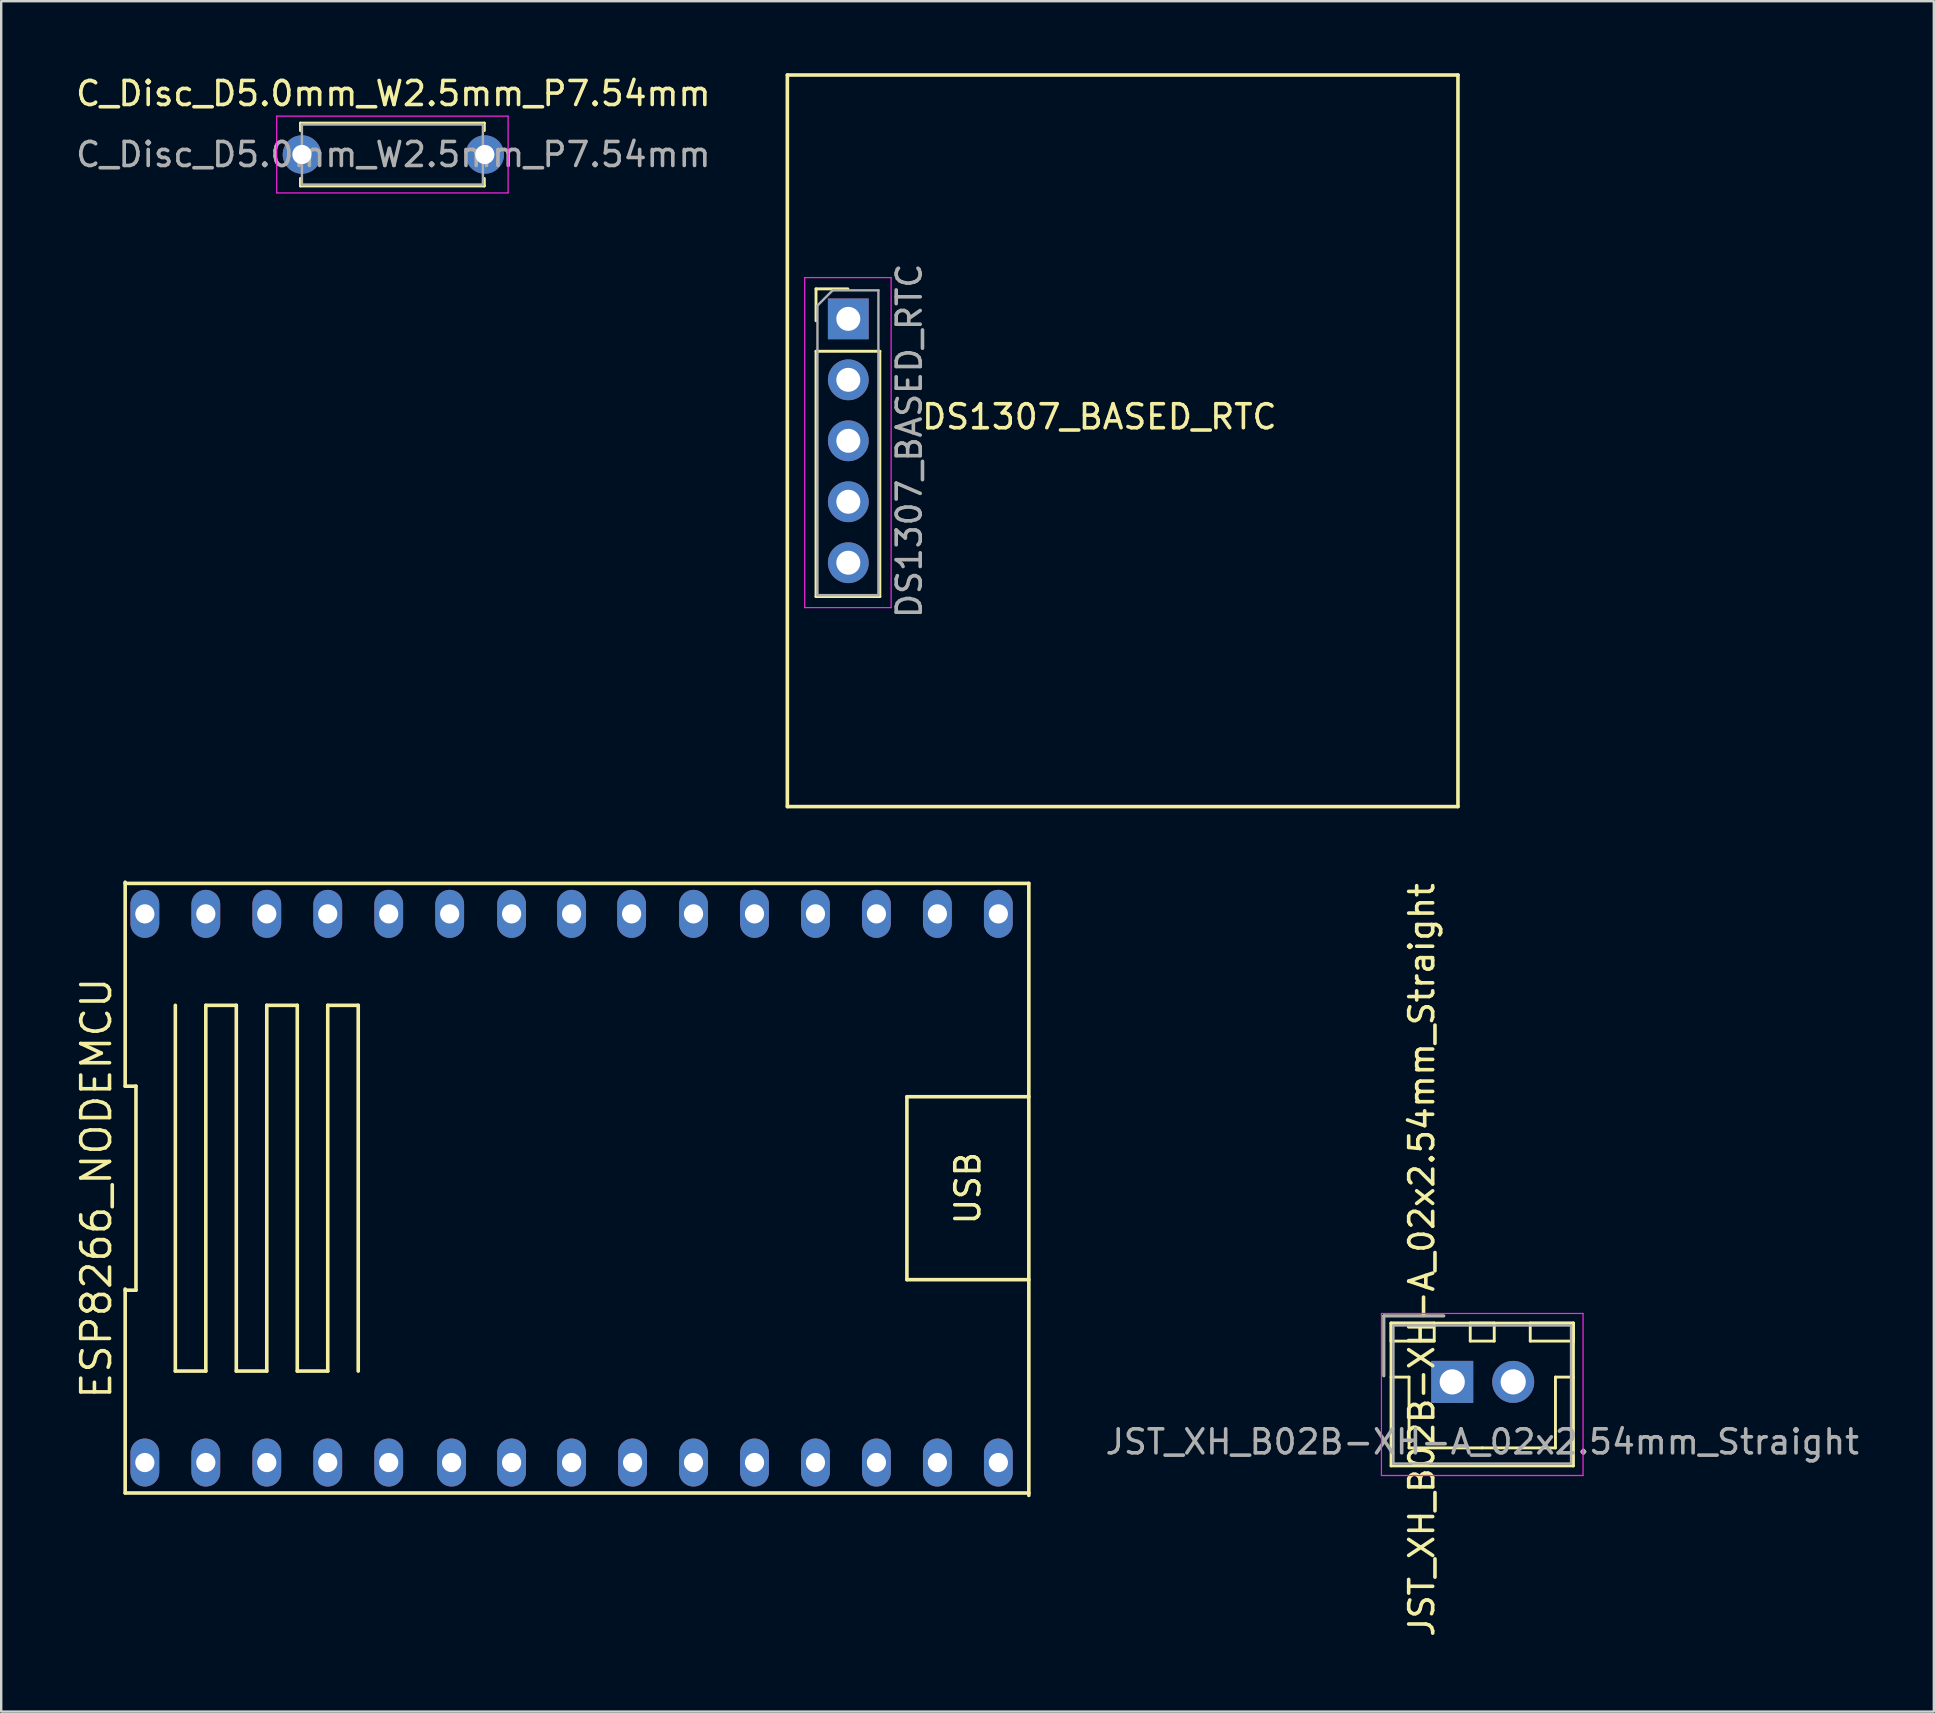
<source format=kicad_pcb>
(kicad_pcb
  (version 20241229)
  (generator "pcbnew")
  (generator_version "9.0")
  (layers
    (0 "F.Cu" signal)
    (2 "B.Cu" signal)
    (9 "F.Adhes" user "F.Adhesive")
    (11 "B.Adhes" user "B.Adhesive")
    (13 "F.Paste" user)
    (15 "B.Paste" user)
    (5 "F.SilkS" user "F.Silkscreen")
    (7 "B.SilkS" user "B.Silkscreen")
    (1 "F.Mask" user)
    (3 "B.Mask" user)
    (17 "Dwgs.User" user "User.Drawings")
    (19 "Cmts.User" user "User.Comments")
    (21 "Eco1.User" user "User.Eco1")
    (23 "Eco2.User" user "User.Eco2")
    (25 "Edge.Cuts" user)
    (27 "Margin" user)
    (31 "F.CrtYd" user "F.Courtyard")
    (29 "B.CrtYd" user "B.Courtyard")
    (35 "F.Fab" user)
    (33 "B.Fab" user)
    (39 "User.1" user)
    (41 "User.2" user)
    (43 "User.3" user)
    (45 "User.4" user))
  (footprint "DS1307_BASED_RTC"
    (layer "F.Cu")
    (at 32.294 10.235)
    (property "Reference" "DS1307_BASED_RTC" (at 10.46 4.08 0) (layer "F.SilkS") (effects (font (size 1 1) (thickness 0.15))))
    (attr through_hole)
    (fp_line (start -2.54 -10.16) (end -2.54 20.32) (stroke (width 0.15) (type solid)) (layer "F.SilkS"))
    (fp_line (start -2.54 20.32) (end 25.4 20.32) (stroke (width 0.15) (type solid)) (layer "F.SilkS"))
    (fp_line (start -1.346 -1.25) (end -0.016 -1.25) (stroke (width 0.12) (type solid)) (layer "F.SilkS"))
    (fp_line (start -1.346 0.08) (end -1.346 -1.25) (stroke (width 0.12) (type solid)) (layer "F.SilkS"))
    (fp_line (start -1.346 1.35) (end -1.346 11.57) (stroke (width 0.12) (type solid)) (layer "F.SilkS"))
    (fp_line (start -1.346 1.35) (end 1.314 1.35) (stroke (width 0.12) (type solid)) (layer "F.SilkS"))
    (fp_line (start -1.346 11.57) (end 1.314 11.57) (stroke (width 0.12) (type solid)) (layer "F.SilkS"))
    (fp_line (start 1.314 1.35) (end 1.314 11.57) (stroke (width 0.12) (type solid)) (layer "F.SilkS"))
    (fp_line (start 25.4 -10.16) (end -2.54 -10.16) (stroke (width 0.15) (type solid)) (layer "F.SilkS"))
    (fp_line (start 25.4 20.32) (end 25.4 -10.16) (stroke (width 0.15) (type solid)) (layer "F.SilkS"))
    (fp_line (start -1.816 -1.72) (end -1.816 12.03) (stroke (width 0.05) (type solid)) (layer "F.CrtYd"))
    (fp_line (start -1.816 12.03) (end 1.784 12.03) (stroke (width 0.05) (type solid)) (layer "F.CrtYd"))
    (fp_line (start 1.784 -1.72) (end -1.816 -1.72) (stroke (width 0.05) (type solid)) (layer "F.CrtYd"))
    (fp_line (start 1.784 12.03) (end 1.784 -1.72) (stroke (width 0.05) (type solid)) (layer "F.CrtYd"))
    (fp_line (start -1.286 -0.555) (end -0.651 -1.19) (stroke (width 0.1) (type solid)) (layer "F.Fab"))
    (fp_line (start -1.286 11.51) (end -1.286 -0.555) (stroke (width 0.1) (type solid)) (layer "F.Fab"))
    (fp_line (start -0.651 -1.19) (end 1.254 -1.19) (stroke (width 0.1) (type solid)) (layer "F.Fab"))
    (fp_line (start 1.254 -1.19) (end 1.254 11.51) (stroke (width 0.1) (type solid)) (layer "F.Fab"))
    (fp_line (start 1.254 11.51) (end -1.286 11.51) (stroke (width 0.1) (type solid)) (layer "F.Fab"))
    (fp_text user "${REFERENCE}" (at 2.54 5.08 90) (layer "F.Fab") (effects (font (size 1 1) (thickness 0.15))))
    (pad "1" thru_hole oval (at 0 10.16) (size 1.7 1.7) (drill 1) (layers "*.Cu" "*.Mask"))
    (pad "2" thru_hole oval (at 0 7.62) (size 1.7 1.7) (drill 1) (layers "*.Cu" "*.Mask"))
    (pad "3" thru_hole oval (at 0 5.08) (size 1.7 1.7) (drill 1) (layers "*.Cu" "*.Mask"))
    (pad "4" thru_hole oval (at 0 2.54) (size 1.7 1.7) (drill 1) (layers "*.Cu" "*.Mask"))
    (pad "5" thru_hole rect (at 0 0) (size 1.7 1.7) (drill 1) (layers "*.Cu" "*.Mask")))
  (footprint "C_Disc_D5.0mm_W2.5mm_P7.54mm"
    (layer "F.Cu")
    (at 9.529 3.388)
    (property "Reference" "C_Disc_D5.0mm_W2.5mm_P7.54mm" (at 3.81 -2.54 0) (layer "F.SilkS") (effects (font (size 1 1) (thickness 0.15))))
    (attr through_hole)
    (fp_line (start -0.06 -1.31) (end -0.06 -0.996) (stroke (width 0.12) (type solid)) (layer "F.SilkS"))
    (fp_line (start -0.06 -1.31) (end 7.6 -1.31) (stroke (width 0.12) (type solid)) (layer "F.SilkS"))
    (fp_line (start -0.06 0.996) (end -0.06 1.31) (stroke (width 0.12) (type solid)) (layer "F.SilkS"))
    (fp_line (start -0.06 1.31) (end 7.6 1.31) (stroke (width 0.12) (type solid)) (layer "F.SilkS"))
    (fp_line (start 7.6 -1.31) (end 7.6 -0.996) (stroke (width 0.12) (type solid)) (layer "F.SilkS"))
    (fp_line (start 7.6 0.996) (end 7.6 1.31) (stroke (width 0.12) (type solid)) (layer "F.SilkS"))
    (fp_line (start -1.05 -1.6) (end -1.05 1.6) (stroke (width 0.05) (type solid)) (layer "F.CrtYd"))
    (fp_line (start -1.05 1.6) (end 8.59 1.6) (stroke (width 0.05) (type solid)) (layer "F.CrtYd"))
    (fp_line (start 8.59 -1.6) (end -1.05 -1.6) (stroke (width 0.05) (type solid)) (layer "F.CrtYd"))
    (fp_line (start 8.59 1.6) (end 8.59 -1.6) (stroke (width 0.05) (type solid)) (layer "F.CrtYd"))
    (fp_line (start 0 -1.25) (end 0 1.25) (stroke (width 0.1) (type solid)) (layer "F.Fab"))
    (fp_line (start 0 1.25) (end 7.54 1.25) (stroke (width 0.1) (type solid)) (layer "F.Fab"))
    (fp_line (start 7.54 -1.25) (end 0 -1.25) (stroke (width 0.1) (type solid)) (layer "F.Fab"))
    (fp_line (start 7.54 1.25) (end 7.54 -1.25) (stroke (width 0.1) (type solid)) (layer "F.Fab"))
    (fp_text user "${REFERENCE}" (at 3.81 0 0) (layer "F.Fab") (effects (font (size 1 1) (thickness 0.15))))
    (pad "1" thru_hole circle (at 0 0) (size 1.6 1.6) (drill 0.8) (layers "*.Cu" "*.Mask"))
    (pad "2" thru_hole circle (at 7.62 0) (size 1.6 1.6) (drill 0.8) (layers "*.Cu" "*.Mask")))
  (footprint "JST_XH_B02B-XH-A_02x2.54mm_Straight"
    (layer "F.Cu")
    (at 57.456 54.525)
    (property "Reference" "JST_XH_B02B-XH-A_02x2.54mm_Straight" (at -1.27 -5.08 90) (layer "F.SilkS") (effects (font (size 1 1) (thickness 0.15))))
    (attr through_hole)
    (fp_line (start -2.85 -2.75) (end -2.85 -0.25) (stroke (width 0.12) (type solid)) (layer "F.SilkS"))
    (fp_line (start -2.55 -2.45) (end -2.55 -1.7) (stroke (width 0.12) (type solid)) (layer "F.SilkS"))
    (fp_line (start -2.55 -2.45) (end -2.55 3.5) (stroke (width 0.12) (type solid)) (layer "F.SilkS"))
    (fp_line (start -2.55 -1.7) (end -0.75 -1.7) (stroke (width 0.12) (type solid)) (layer "F.SilkS"))
    (fp_line (start -2.55 -0.2) (end -1.8 -0.2) (stroke (width 0.12) (type solid)) (layer "F.SilkS"))
    (fp_line (start -2.55 3.5) (end 5.05 3.5) (stroke (width 0.12) (type solid)) (layer "F.SilkS"))
    (fp_line (start -1.8 -0.2) (end -1.8 2.75) (stroke (width 0.12) (type solid)) (layer "F.SilkS"))
    (fp_line (start -1.8 2.75) (end 1.25 2.75) (stroke (width 0.12) (type solid)) (layer "F.SilkS"))
    (fp_line (start -0.75 -2.45) (end -2.55 -2.45) (stroke (width 0.12) (type solid)) (layer "F.SilkS"))
    (fp_line (start -0.75 -1.7) (end -0.75 -2.45) (stroke (width 0.12) (type solid)) (layer "F.SilkS"))
    (fp_line (start -0.35 -2.75) (end -2.85 -2.75) (stroke (width 0.12) (type solid)) (layer "F.SilkS"))
    (fp_line (start 0.75 -2.45) (end 0.75 -1.7) (stroke (width 0.12) (type solid)) (layer "F.SilkS"))
    (fp_line (start 0.75 -1.7) (end 1.75 -1.7) (stroke (width 0.12) (type solid)) (layer "F.SilkS"))
    (fp_line (start 1.75 -2.45) (end 0.75 -2.45) (stroke (width 0.12) (type solid)) (layer "F.SilkS"))
    (fp_line (start 1.75 -1.7) (end 1.75 -2.45) (stroke (width 0.12) (type solid)) (layer "F.SilkS"))
    (fp_line (start 3.25 -2.45) (end 3.25 -1.7) (stroke (width 0.12) (type solid)) (layer "F.SilkS"))
    (fp_line (start 3.25 -1.7) (end 5.05 -1.7) (stroke (width 0.12) (type solid)) (layer "F.SilkS"))
    (fp_line (start 4.3 -0.2) (end 4.3 2.75) (stroke (width 0.12) (type solid)) (layer "F.SilkS"))
    (fp_line (start 4.3 2.75) (end 1.25 2.75) (stroke (width 0.12) (type solid)) (layer "F.SilkS"))
    (fp_line (start 5.05 -2.45) (end -2.55 -2.45) (stroke (width 0.12) (type solid)) (layer "F.SilkS"))
    (fp_line (start 5.05 -2.45) (end 3.25 -2.45) (stroke (width 0.12) (type solid)) (layer "F.SilkS"))
    (fp_line (start 5.05 -1.7) (end 5.05 -2.45) (stroke (width 0.12) (type solid)) (layer "F.SilkS"))
    (fp_line (start 5.05 -0.2) (end 4.3 -0.2) (stroke (width 0.12) (type solid)) (layer "F.SilkS"))
    (fp_line (start 5.05 3.5) (end 5.05 -2.45) (stroke (width 0.12) (type solid)) (layer "F.SilkS"))
    (fp_line (start -2.95 -2.85) (end -2.95 3.9) (stroke (width 0.05) (type solid)) (layer "F.CrtYd"))
    (fp_line (start -2.95 3.9) (end 5.45 3.9) (stroke (width 0.05) (type solid)) (layer "F.CrtYd"))
    (fp_line (start 5.45 -2.85) (end -2.95 -2.85) (stroke (width 0.05) (type solid)) (layer "F.CrtYd"))
    (fp_line (start 5.45 3.9) (end 5.45 -2.85) (stroke (width 0.05) (type solid)) (layer "F.CrtYd"))
    (fp_line (start -2.85 -2.75) (end -2.85 -0.25) (stroke (width 0.1) (type solid)) (layer "F.Fab"))
    (fp_line (start -2.45 -2.35) (end -2.45 3.4) (stroke (width 0.1) (type solid)) (layer "F.Fab"))
    (fp_line (start -2.45 3.4) (end 4.95 3.4) (stroke (width 0.1) (type solid)) (layer "F.Fab"))
    (fp_line (start -0.35 -2.75) (end -2.85 -2.75) (stroke (width 0.1) (type solid)) (layer "F.Fab"))
    (fp_line (start 4.95 -2.35) (end -2.45 -2.35) (stroke (width 0.1) (type solid)) (layer "F.Fab"))
    (fp_line (start 4.95 3.4) (end 4.95 -2.35) (stroke (width 0.1) (type solid)) (layer "F.Fab"))
    (fp_text user "${REFERENCE}" (at 1.25 2.5 0) (layer "F.Fab") (effects (font (size 1 1) (thickness 0.15))))
    (pad "1" thru_hole rect (at 0 0) (size 1.75 1.75) (drill 1.05) (layers "*.Cu" "*.Mask"))
    (pad "2" thru_hole circle (at 2.54 0) (size 1.75 1.75) (drill 1.05) (layers "*.Cu" "*.Mask")))
  (footprint "ESP8266_NODEMCU"
    (layer "F.Cu")
    (at 20.765 45.185)
    (property "Reference" "ESP8266_NODEMCU" (at -19.8 1.27 90) (layer "F.SilkS") (effects (font (size 1.2 1.2) (thickness 0.15))))
    (attr through_hole)
    (fp_line (start -18.6 -11.48) (end -18.6 -2.98) (stroke (width 0.15) (type solid)) (layer "F.SilkS"))
    (fp_line (start -18.6 -2.98) (end -18.15 -2.98) (stroke (width 0.15) (type solid)) (layer "F.SilkS"))
    (fp_line (start -18.6 5.47) (end -18.6 13.97) (stroke (width 0.15) (type solid)) (layer "F.SilkS"))
    (fp_line (start -18.6 13.97) (end 19.05 13.97) (stroke (width 0.15) (type solid)) (layer "F.SilkS"))
    (fp_line (start -18.15 -2.98) (end -18.15 5.52) (stroke (width 0.15) (type solid)) (layer "F.SilkS"))
    (fp_line (start -18.15 5.52) (end -18.6 5.52) (stroke (width 0.15) (type solid)) (layer "F.SilkS"))
    (fp_line (start -16.51 -6.35) (end -16.51 8.89) (stroke (width 0.15) (type solid)) (layer "F.SilkS"))
    (fp_line (start -16.51 8.89) (end -15.24 8.89) (stroke (width 0.15) (type solid)) (layer "F.SilkS"))
    (fp_line (start -15.24 -6.35) (end -13.97 -6.35) (stroke (width 0.15) (type solid)) (layer "F.SilkS"))
    (fp_line (start -15.24 8.89) (end -15.24 -6.35) (stroke (width 0.15) (type solid)) (layer "F.SilkS"))
    (fp_line (start -13.97 -6.35) (end -13.97 8.89) (stroke (width 0.15) (type solid)) (layer "F.SilkS"))
    (fp_line (start -13.97 8.89) (end -12.7 8.89) (stroke (width 0.15) (type solid)) (layer "F.SilkS"))
    (fp_line (start -12.7 -6.35) (end -11.43 -6.35) (stroke (width 0.15) (type solid)) (layer "F.SilkS"))
    (fp_line (start -12.7 8.89) (end -12.7 -6.35) (stroke (width 0.15) (type solid)) (layer "F.SilkS"))
    (fp_line (start -11.43 -6.35) (end -11.43 8.89) (stroke (width 0.15) (type solid)) (layer "F.SilkS"))
    (fp_line (start -11.43 8.89) (end -10.16 8.89) (stroke (width 0.15) (type solid)) (layer "F.SilkS"))
    (fp_line (start -10.16 -6.35) (end -8.89 -6.35) (stroke (width 0.15) (type solid)) (layer "F.SilkS"))
    (fp_line (start -10.16 8.89) (end -10.16 -6.35) (stroke (width 0.15) (type solid)) (layer "F.SilkS"))
    (fp_line (start -8.89 -6.35) (end -8.89 8.89) (stroke (width 0.15) (type solid)) (layer "F.SilkS"))
    (fp_line (start 13.97 -2.54) (end 13.97 5.08) (stroke (width 0.15) (type solid)) (layer "F.SilkS"))
    (fp_line (start 13.97 5.08) (end 19.05 5.08) (stroke (width 0.15) (type solid)) (layer "F.SilkS"))
    (fp_line (start 19.05 -11.43) (end -18.6 -11.43) (stroke (width 0.15) (type solid)) (layer "F.SilkS"))
    (fp_line (start 19.05 -2.54) (end 13.97 -2.54) (stroke (width 0.15) (type solid)) (layer "F.SilkS"))
    (fp_line (start 19.05 14.07) (end 19.05 -11.43) (stroke (width 0.15) (type solid)) (layer "F.SilkS"))
    (fp_text user "USB" (at 16.51 1.27 90) (layer "F.SilkS") (effects (font (size 1 1) (thickness 0.15))))
    (pad "1" thru_hole oval (at -17.78 12.7) (size 1.2 2) (drill 0.8) (layers "*.Cu" "*.Mask"))
    (pad "2" thru_hole oval (at -15.24 12.7) (size 1.2 2) (drill 0.8) (layers "*.Cu" "*.Mask"))
    (pad "3" thru_hole oval (at -12.7 12.7) (size 1.2 2) (drill 0.8) (layers "*.Cu" "*.Mask"))
    (pad "4" thru_hole oval (at -10.16 12.7) (size 1.2 2) (drill 0.8) (layers "*.Cu" "*.Mask"))
    (pad "5" thru_hole oval (at -7.62 12.7) (size 1.2 2) (drill 0.8) (layers "*.Cu" "*.Mask"))
    (pad "6" thru_hole oval (at -5 12.7) (size 1.2 2) (drill 0.8) (layers "*.Cu" "*.Mask"))
    (pad "7" thru_hole oval (at -2.5 12.7) (size 1.2 2) (drill 0.8) (layers "*.Cu" "*.Mask"))
    (pad "8" thru_hole oval (at 0 12.7) (size 1.2 2) (drill 0.8) (layers "*.Cu" "*.Mask"))
    (pad "9" thru_hole oval (at 2.54 12.7) (size 1.2 2) (drill 0.8) (layers "*.Cu" "*.Mask"))
    (pad "10" thru_hole oval (at 5.08 12.7) (size 1.2 2) (drill 0.8) (layers "*.Cu" "*.Mask"))
    (pad "11" thru_hole oval (at 7.62 12.7) (size 1.2 2) (drill 0.8) (layers "*.Cu" "*.Mask"))
    (pad "12" thru_hole oval (at 10.16 12.7) (size 1.2 2) (drill 0.8) (layers "*.Cu" "*.Mask"))
    (pad "13" thru_hole oval (at 12.7 12.7) (size 1.2 2) (drill 0.8) (layers "*.Cu" "*.Mask"))
    (pad "14" thru_hole oval (at 15.24 12.7) (size 1.2 2) (drill 0.8) (layers "*.Cu" "*.Mask"))
    (pad "15" thru_hole oval (at 17.78 12.7) (size 1.2 2) (drill 0.8) (layers "*.Cu" "*.Mask"))
    (pad "16" thru_hole oval (at 17.78 -10.16) (size 1.2 2) (drill 0.8) (layers "*.Cu" "*.Mask"))
    (pad "17" thru_hole oval (at 15.24 -10.16) (size 1.2 2) (drill 0.8) (layers "*.Cu" "*.Mask"))
    (pad "18" thru_hole oval (at 12.7 -10.16) (size 1.2 2) (drill 0.8) (layers "*.Cu" "*.Mask"))
    (pad "19" thru_hole oval (at 10.16 -10.16) (size 1.2 2) (drill 0.8) (layers "*.Cu" "*.Mask"))
    (pad "20" thru_hole oval (at 7.62 -10.16) (size 1.2 2) (drill 0.8) (layers "*.Cu" "*.Mask"))
    (pad "21" thru_hole oval (at 5.08 -10.16) (size 1.2 2) (drill 0.8) (layers "*.Cu" "*.Mask"))
    (pad "22" thru_hole oval (at 2.5 -10.16) (size 1.2 2) (drill 0.8) (layers "*.Cu" "*.Mask"))
    (pad "23" thru_hole oval (at 0 -10.16) (size 1.2 2) (drill 0.8) (layers "*.Cu" "*.Mask"))
    (pad "24" thru_hole oval (at -2.5 -10.16) (size 1.2 2) (drill 0.8) (layers "*.Cu" "*.Mask"))
    (pad "25" thru_hole oval (at -5.08 -10.16) (size 1.2 2) (drill 0.8) (layers "*.Cu" "*.Mask"))
    (pad "26" thru_hole oval (at -7.62 -10.16) (size 1.2 2) (drill 0.8) (layers "*.Cu" "*.Mask"))
    (pad "27" thru_hole oval (at -10.16 -10.16) (size 1.2 2) (drill 0.8) (layers "*.Cu" "*.Mask"))
    (pad "28" thru_hole oval (at -12.7 -10.16) (size 1.2 2) (drill 0.8) (layers "*.Cu" "*.Mask"))
    (pad "29" thru_hole oval (at -15.24 -10.16) (size 1.2 2) (drill 0.8) (layers "*.Cu" "*.Mask"))
    (pad "30" thru_hole oval (at -17.78 -10.16) (size 1.2 2) (drill 0.8) (layers "*.Cu" "*.Mask")))
  (gr_rect
    (start -3 -3)
    (end 77.521 68.261)
    (stroke (width 0.1) (type default))
    (fill no)
    (layer "Edge.Cuts")))
</source>
